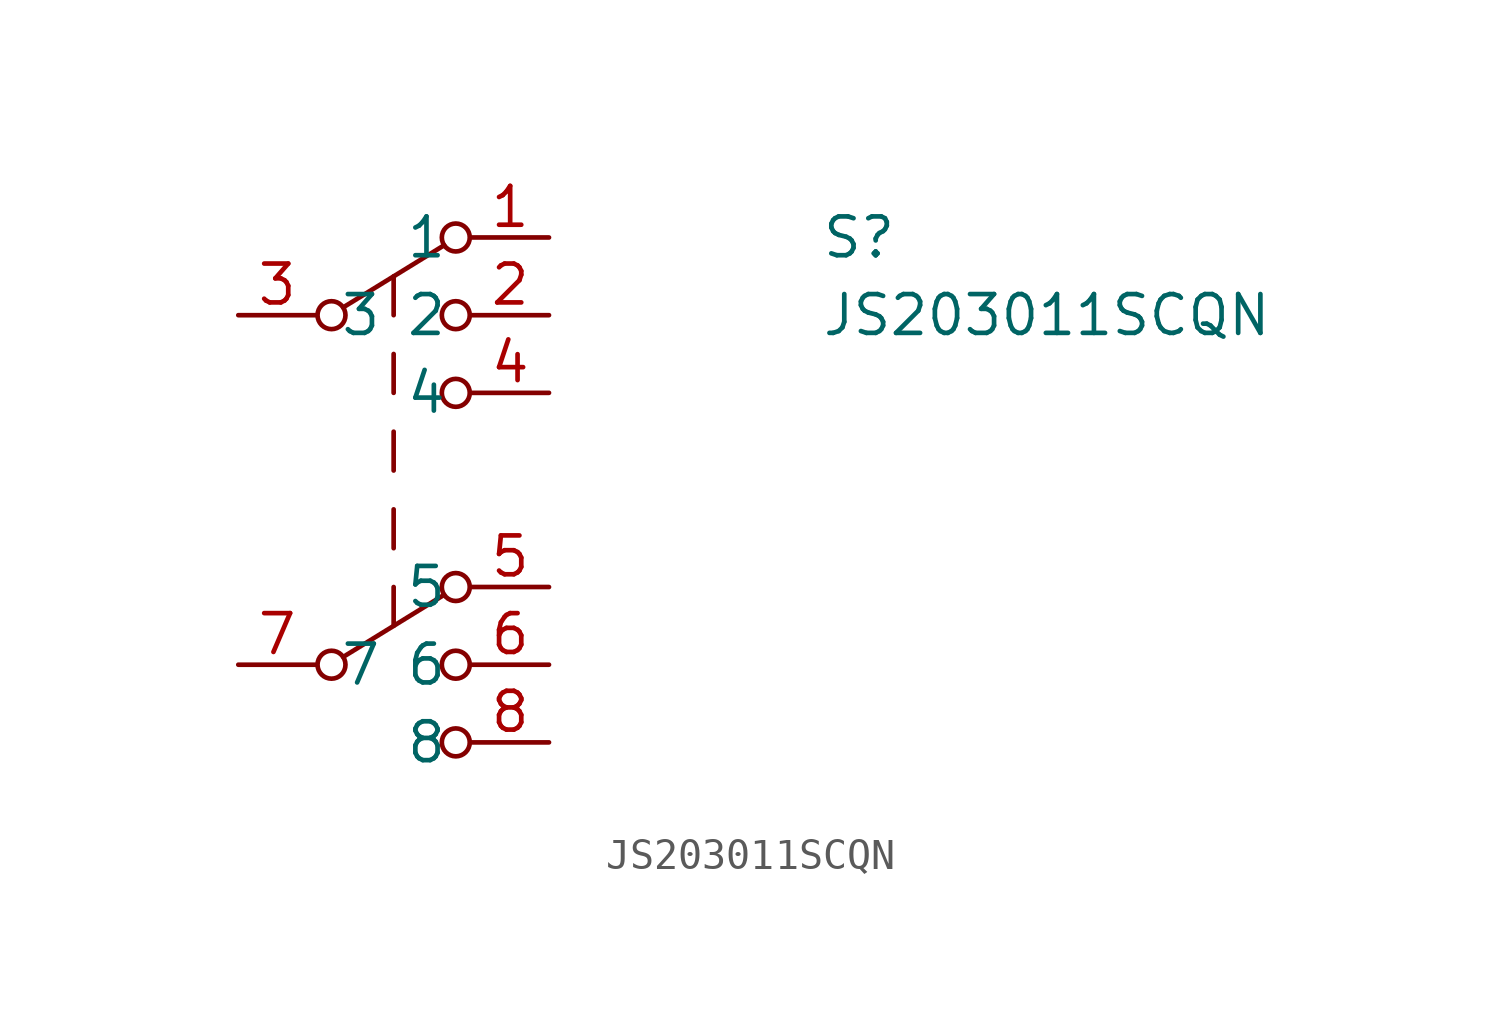
<source format=kicad_sym>
(kicad_symbol_lib
  (version 20211014)
  (generator kicad_symbol_editor)
  (symbol "JS203011SCQN"
    (pin_names
      (offset 0.762))
    (property "Reference" "S"
      (at 19.05 2.54 0)
      (effects (font (size 1.27 1.27)) (justify left)))
    (property "Value" "JS203011SCQN"
      (at 19.05 0 0)
      (effects (font (size 1.27 1.27)) (justify left)))
    (symbol "JS203011SCQN_0_1"
      (polyline (pts (xy 3.429 -11.176) (xy 6.731 -9.144)) (stroke (width 0) (type default) (color 0 0 0 0)) (fill (type none)))
      (polyline (pts (xy 3.429 0.254) (xy 6.731 2.286)) (stroke (width 0) (type default) (color 0 0 0 0)) (fill (type none)))
      (polyline (pts (xy 5.08 -8.89) (xy 5.08 -10.16)) (stroke (width 0) (type default) (color 0 0 0 0)) (fill (type none)))
      (polyline (pts (xy 5.08 -6.35) (xy 5.08 -7.62)) (stroke (width 0) (type default) (color 0 0 0 0)) (fill (type none)))
      (polyline (pts (xy 5.08 -3.81) (xy 5.08 -5.08)) (stroke (width 0) (type default) (color 0 0 0 0)) (fill (type none)))
      (polyline (pts (xy 5.08 -1.27) (xy 5.08 -2.54)) (stroke (width 0) (type default) (color 0 0 0 0)) (fill (type none)))
      (polyline (pts (xy 5.08 1.27) (xy 5.08 0)) (stroke (width 0) (type default) (color 0 0 0 0)) (fill (type none)))
      (circle (center 3.048 -11.43) (radius 0.457) (stroke (width 0) (type default) (color 0 0 0 0)) (fill (type none)))
      (circle (center 3.048 0) (radius 0.457) (stroke (width 0) (type default) (color 0 0 0 0)) (fill (type none)))
      (circle (center 7.112 -13.97) (radius 0.457) (stroke (width 0) (type default) (color 0 0 0 0)) (fill (type none)))
      (circle (center 7.112 -11.43) (radius 0.457) (stroke (width 0) (type default) (color 0 0 0 0)) (fill (type none)))
      (circle (center 7.112 -8.89) (radius 0.457) (stroke (width 0) (type default) (color 0 0 0 0)) (fill (type none)))
      (circle (center 7.112 -2.54) (radius 0.457) (stroke (width 0) (type default) (color 0 0 0 0)) (fill (type none)))
      (circle (center 7.112 0) (radius 0.457) (stroke (width 0) (type default) (color 0 0 0 0)) (fill (type none)))
      (circle (center 7.112 2.54) (radius 0.457) (stroke (width 0) (type default) (color 0 0 0 0)) (fill (type none))))
    (symbol "JS203011SCQN_1_1"
      (pin passive line (at 10.16 2.54 180) (length 2.54) (name "1" (effects (font (size 1.27 1.27)))) (number "1" (effects (font (size 1.27 1.27)))))
      (pin passive line (at 10.16 0 180) (length 2.54) (name "2" (effects (font (size 1.27 1.27)))) (number "2" (effects (font (size 1.27 1.27)))))
      (pin passive line (at 0 0 0) (length 2.54) (name "3" (effects (font (size 1.27 1.27)))) (number "3" (effects (font (size 1.27 1.27)))))
      (pin passive line (at 10.16 -2.54 180) (length 2.54) (name "4" (effects (font (size 1.27 1.27)))) (number "4" (effects (font (size 1.27 1.27)))))
      (pin passive line (at 10.16 -8.89 180) (length 2.54) (name "5" (effects (font (size 1.27 1.27)))) (number "5" (effects (font (size 1.27 1.27)))))
      (pin passive line (at 10.16 -11.43 180) (length 2.54) (name "6" (effects (font (size 1.27 1.27)))) (number "6" (effects (font (size 1.27 1.27)))))
      (pin passive line (at 0 -11.43 0) (length 2.54) (name "7" (effects (font (size 1.27 1.27)))) (number "7" (effects (font (size 1.27 1.27)))))
      (pin passive line (at 10.16 -13.97 180) (length 2.54) (name "8" (effects (font (size 1.27 1.27)))) (number "8" (effects (font (size 1.27 1.27))))))))
</source>
